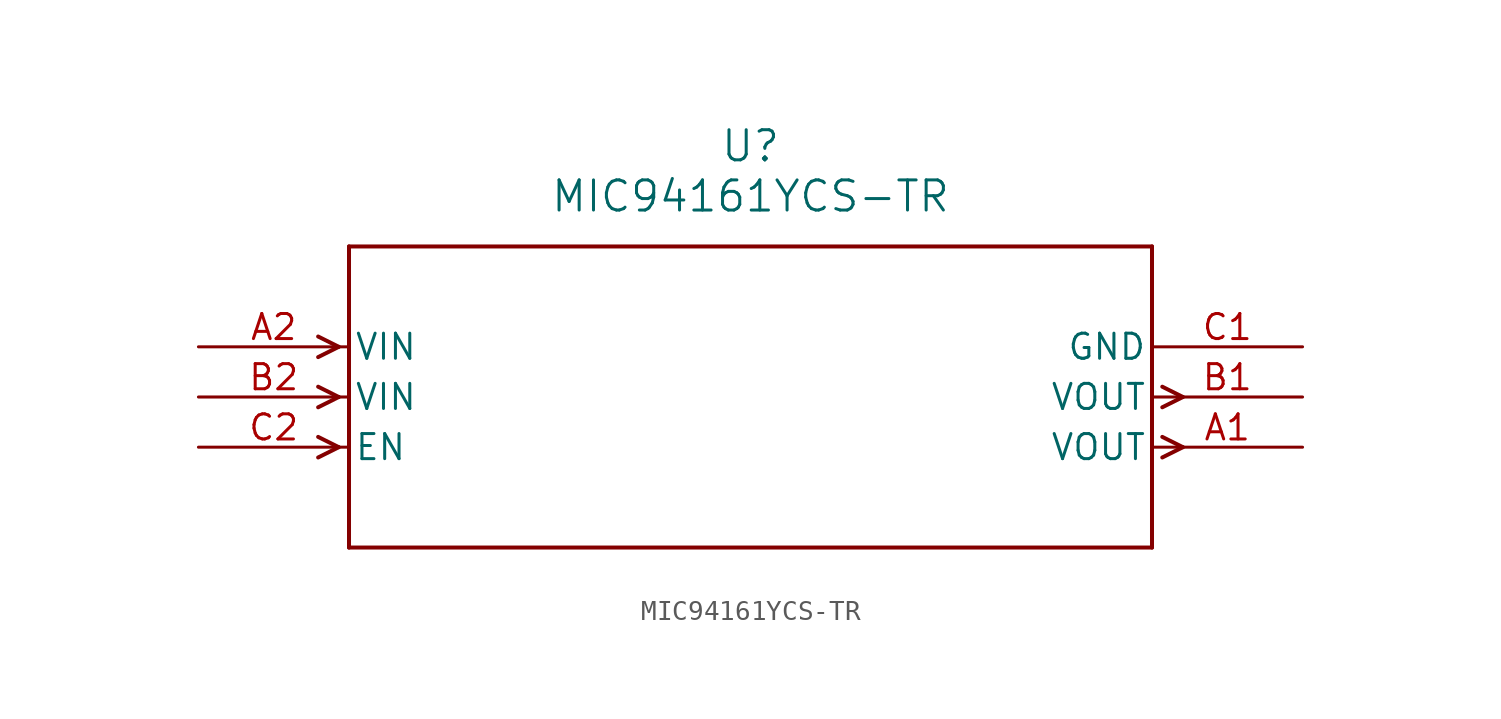
<source format=kicad_sym>
(kicad_symbol_lib
  (version 20211014)
  (generator kicad_symbol_editor)
  (symbol "MIC94161YCS-TR"
    (pin_names
      (offset 0.254))
    (property "Reference" "U"
      (at 27.94 10.16 0)
      (effects (font (size 1.524 1.524))))
    (property "Value" "MIC94161YCS-TR"
      (at 27.94 7.62 0)
      (effects (font (size 1.524 1.524))))
    (symbol "MIC94161YCS-TR_0_1"
      (polyline (pts (xy 7.099 0) (xy 6.058 0.521)) (stroke (width 0.203) (type default) (color 0 0 0 0)) (fill (type none)))
      (polyline (pts (xy 7.099 0) (xy 6.058 -0.521)) (stroke (width 0.203) (type default) (color 0 0 0 0)) (fill (type none)))
      (polyline (pts (xy 7.099 -2.54) (xy 6.058 -2.019)) (stroke (width 0.203) (type default) (color 0 0 0 0)) (fill (type none)))
      (polyline (pts (xy 7.099 -2.54) (xy 6.058 -3.061)) (stroke (width 0.203) (type default) (color 0 0 0 0)) (fill (type none)))
      (polyline (pts (xy 7.099 -5.08) (xy 6.058 -4.559)) (stroke (width 0.203) (type default) (color 0 0 0 0)) (fill (type none)))
      (polyline (pts (xy 7.099 -5.08) (xy 6.058 -5.601)) (stroke (width 0.203) (type default) (color 0 0 0 0)) (fill (type none)))
      (polyline (pts (xy 48.781 -4.559) (xy 49.822 -5.08)) (stroke (width 0.203) (type default) (color 0 0 0 0)) (fill (type none)))
      (polyline (pts (xy 48.781 -5.601) (xy 49.822 -5.08)) (stroke (width 0.203) (type default) (color 0 0 0 0)) (fill (type none)))
      (polyline (pts (xy 48.781 -2.019) (xy 49.822 -2.54)) (stroke (width 0.203) (type default) (color 0 0 0 0)) (fill (type none)))
      (polyline (pts (xy 48.781 -3.061) (xy 49.822 -2.54)) (stroke (width 0.203) (type default) (color 0 0 0 0)) (fill (type none)))
      (polyline (pts (xy 7.62 5.08) (xy 7.62 -10.16)) (stroke (width 0.203) (type default) (color 0 0 0 0)) (fill (type none)))
      (polyline (pts (xy 7.62 -10.16) (xy 48.26 -10.16)) (stroke (width 0.203) (type default) (color 0 0 0 0)) (fill (type none)))
      (polyline (pts (xy 48.26 -10.16) (xy 48.26 5.08)) (stroke (width 0.203) (type default) (color 0 0 0 0)) (fill (type none)))
      (polyline (pts (xy 48.26 5.08) (xy 7.62 5.08)) (stroke (width 0.203) (type default) (color 0 0 0 0)) (fill (type none)))
      (pin output line (at 55.88 -5.08 180) (length 7.62) (name "VOUT" (effects (font (size 1.27 1.27)))) (number "A1" (effects (font (size 1.27 1.27)))))
      (pin input line (at 0 0 0) (length 7.62) (name "VIN" (effects (font (size 1.27 1.27)))) (number "A2" (effects (font (size 1.27 1.27)))))
      (pin output line (at 55.88 -2.54 180) (length 7.62) (name "VOUT" (effects (font (size 1.27 1.27)))) (number "B1" (effects (font (size 1.27 1.27)))))
      (pin input line (at 0 -2.54 0) (length 7.62) (name "VIN" (effects (font (size 1.27 1.27)))) (number "B2" (effects (font (size 1.27 1.27)))))
      (pin power_in line (at 55.88 0 180) (length 7.62) (name "GND" (effects (font (size 1.27 1.27)))) (number "C1" (effects (font (size 1.27 1.27)))))
      (pin input line (at 0 -5.08 0) (length 7.62) (name "EN" (effects (font (size 1.27 1.27)))) (number "C2" (effects (font (size 1.27 1.27))))))))
</source>
